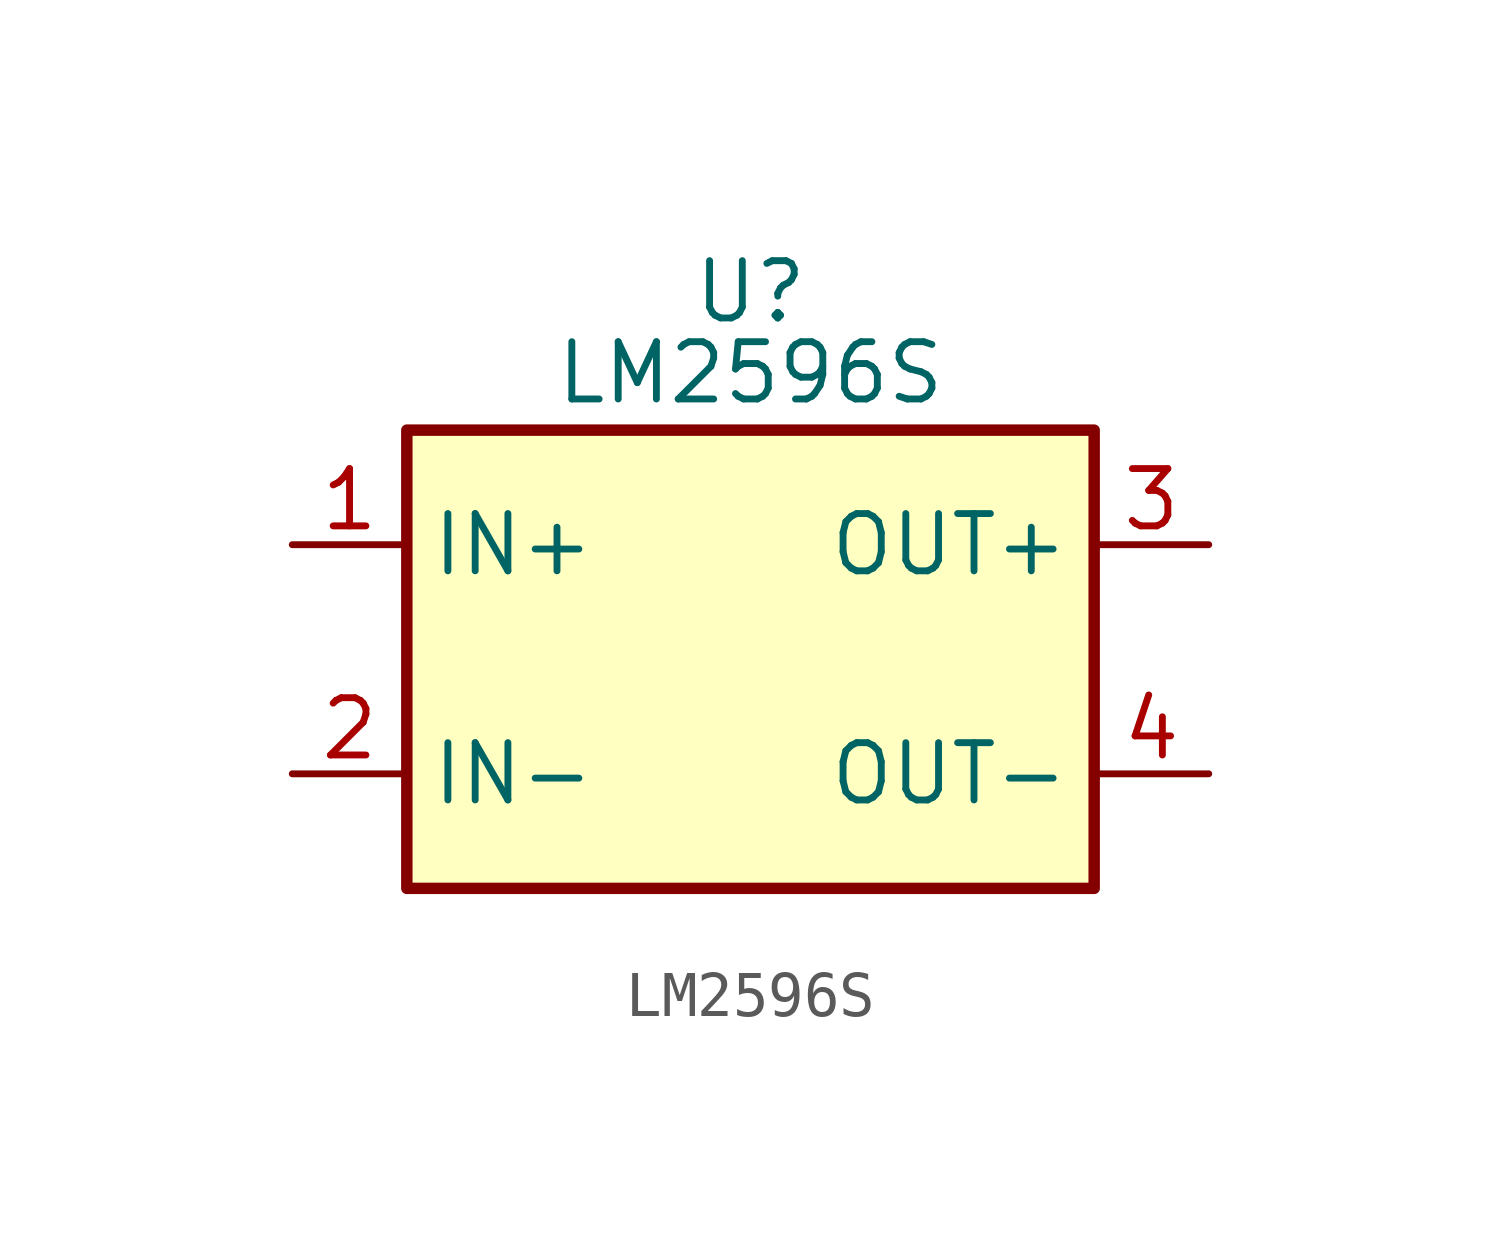
<source format=kicad_sym>
(kicad_symbol_lib
  (version 20211014)
  (generator kicad_symbol_editor)
  (symbol "LM2596S"
    (property "Reference" "U"
      (at 0 8.89 0)
      (effects (font (size 1.27 1.27)) (justify top)))
    (property "Value" "LM2596S"
      (at 0 6.35 0)
      (effects (font (size 1.27 1.27))))
    (symbol "LM2596S_0_1"
      (rectangle (start -7.62 5.08) (end 7.62 -5.08) (stroke (width 0.254) (type default) (color 0 0 0 0)) (fill (type background))))
    (symbol "LM2596S_1_1"
      (pin power_in line (at -10.16 2.54 0) (length 2.54) (name "IN+" (effects (font (size 1.27 1.27)))) (number "1" (effects (font (size 1.27 1.27)))))
      (pin input line (at -10.16 -2.54 0) (length 2.54) (name "IN-" (effects (font (size 1.27 1.27)))) (number "2" (effects (font (size 1.27 1.27)))))
      (pin power_out line (at 10.16 2.54 180) (length 2.54) (name "OUT+" (effects (font (size 1.27 1.27)))) (number "3" (effects (font (size 1.27 1.27)))))
      (pin output line (at 10.16 -2.54 180) (length 2.54) (name "OUT-" (effects (font (size 1.27 1.27)))) (number "4" (effects (font (size 1.27 1.27))))))))
</source>
